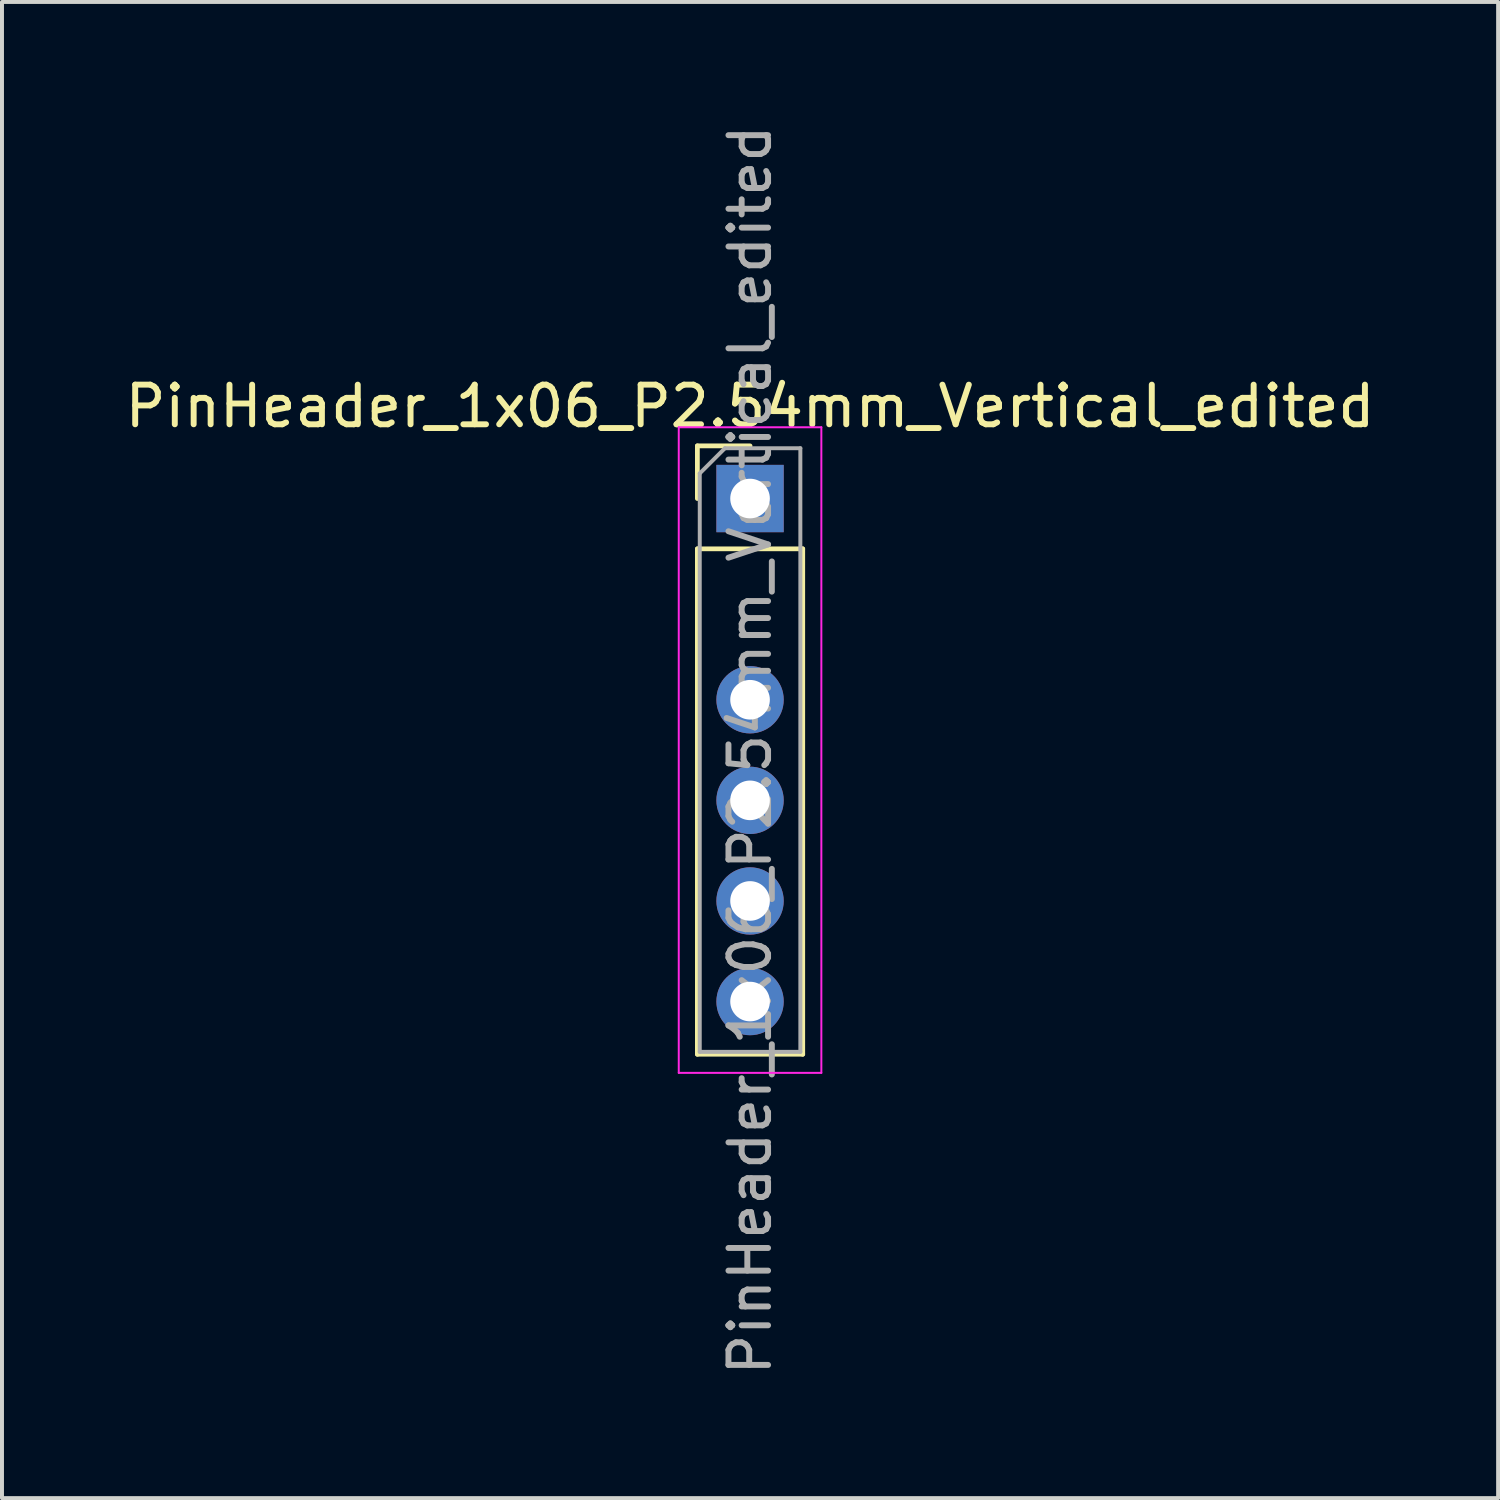
<source format=kicad_pcb>
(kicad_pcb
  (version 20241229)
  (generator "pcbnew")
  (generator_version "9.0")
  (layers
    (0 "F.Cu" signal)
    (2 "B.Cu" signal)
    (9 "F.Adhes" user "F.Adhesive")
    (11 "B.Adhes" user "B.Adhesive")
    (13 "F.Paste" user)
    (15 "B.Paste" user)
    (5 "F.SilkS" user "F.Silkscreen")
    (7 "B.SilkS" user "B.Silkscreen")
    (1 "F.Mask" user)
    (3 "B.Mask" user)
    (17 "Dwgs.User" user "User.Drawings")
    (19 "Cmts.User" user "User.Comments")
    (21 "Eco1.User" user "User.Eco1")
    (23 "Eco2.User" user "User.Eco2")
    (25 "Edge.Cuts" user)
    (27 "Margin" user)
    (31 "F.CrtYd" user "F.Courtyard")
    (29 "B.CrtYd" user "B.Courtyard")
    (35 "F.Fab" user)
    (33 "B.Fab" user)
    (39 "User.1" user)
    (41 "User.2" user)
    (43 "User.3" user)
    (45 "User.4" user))
  (footprint "PinHeader_1x06_P2.54mm_Vertical_edited"
    (layer "F.Cu")
    (at 15.887 9.537)
    (property "Reference" "PinHeader_1x06_P2.54mm_Vertical_edited" (at 0 -2.33 0) (layer "F.SilkS") (effects (font (size 1 1) (thickness 0.15))))
    (attr through_hole)
    (fp_line (start -1.33 -1.33) (end 0 -1.33) (stroke (width 0.12) (type solid)) (layer "F.SilkS"))
    (fp_line (start -1.33 0) (end -1.33 -1.33) (stroke (width 0.12) (type solid)) (layer "F.SilkS"))
    (fp_line (start -1.33 1.27) (end -1.33 14.03) (stroke (width 0.12) (type solid)) (layer "F.SilkS"))
    (fp_line (start -1.33 1.27) (end 1.33 1.27) (stroke (width 0.12) (type solid)) (layer "F.SilkS"))
    (fp_line (start -1.33 14.03) (end 1.33 14.03) (stroke (width 0.12) (type solid)) (layer "F.SilkS"))
    (fp_line (start 1.33 1.27) (end 1.33 14.03) (stroke (width 0.12) (type solid)) (layer "F.SilkS"))
    (fp_line (start -1.8 -1.8) (end -1.8 14.5) (stroke (width 0.05) (type solid)) (layer "F.CrtYd"))
    (fp_line (start -1.8 14.5) (end 1.8 14.5) (stroke (width 0.05) (type solid)) (layer "F.CrtYd"))
    (fp_line (start 1.8 -1.8) (end -1.8 -1.8) (stroke (width 0.05) (type solid)) (layer "F.CrtYd"))
    (fp_line (start 1.8 14.5) (end 1.8 -1.8) (stroke (width 0.05) (type solid)) (layer "F.CrtYd"))
    (fp_line (start -1.27 -0.635) (end -0.635 -1.27) (stroke (width 0.1) (type solid)) (layer "F.Fab"))
    (fp_line (start -1.27 13.97) (end -1.27 -0.635) (stroke (width 0.1) (type solid)) (layer "F.Fab"))
    (fp_line (start -0.635 -1.27) (end 1.27 -1.27) (stroke (width 0.1) (type solid)) (layer "F.Fab"))
    (fp_line (start 1.27 -1.27) (end 1.27 13.97) (stroke (width 0.1) (type solid)) (layer "F.Fab"))
    (fp_line (start 1.27 13.97) (end -1.27 13.97) (stroke (width 0.1) (type solid)) (layer "F.Fab"))
    (fp_text user "${REFERENCE}" (at 0 6.35 90) (layer "F.Fab") (effects (font (size 1 1) (thickness 0.15))))
    (pad "1" thru_hole rect (at 0 0) (size 1.7 1.7) (drill 1) (layers "*.Cu" "*.Mask"))
    (pad "3" thru_hole oval (at 0 5.08) (size 1.7 1.7) (drill 1) (layers "*.Cu" "*.Mask"))
    (pad "4" thru_hole oval (at 0 7.62) (size 1.7 1.7) (drill 1) (layers "*.Cu" "*.Mask"))
    (pad "5" thru_hole oval (at 0 10.16) (size 1.7 1.7) (drill 1) (layers "*.Cu" "*.Mask"))
    (pad "6" thru_hole oval (at 0 12.7) (size 1.7 1.7) (drill 1) (layers "*.Cu" "*.Mask")))
  (gr_rect
    (start -3 -3)
    (end 34.774 34.774)
    (stroke (width 0.1) (type default))
    (fill no)
    (layer "Edge.Cuts")))
</source>
